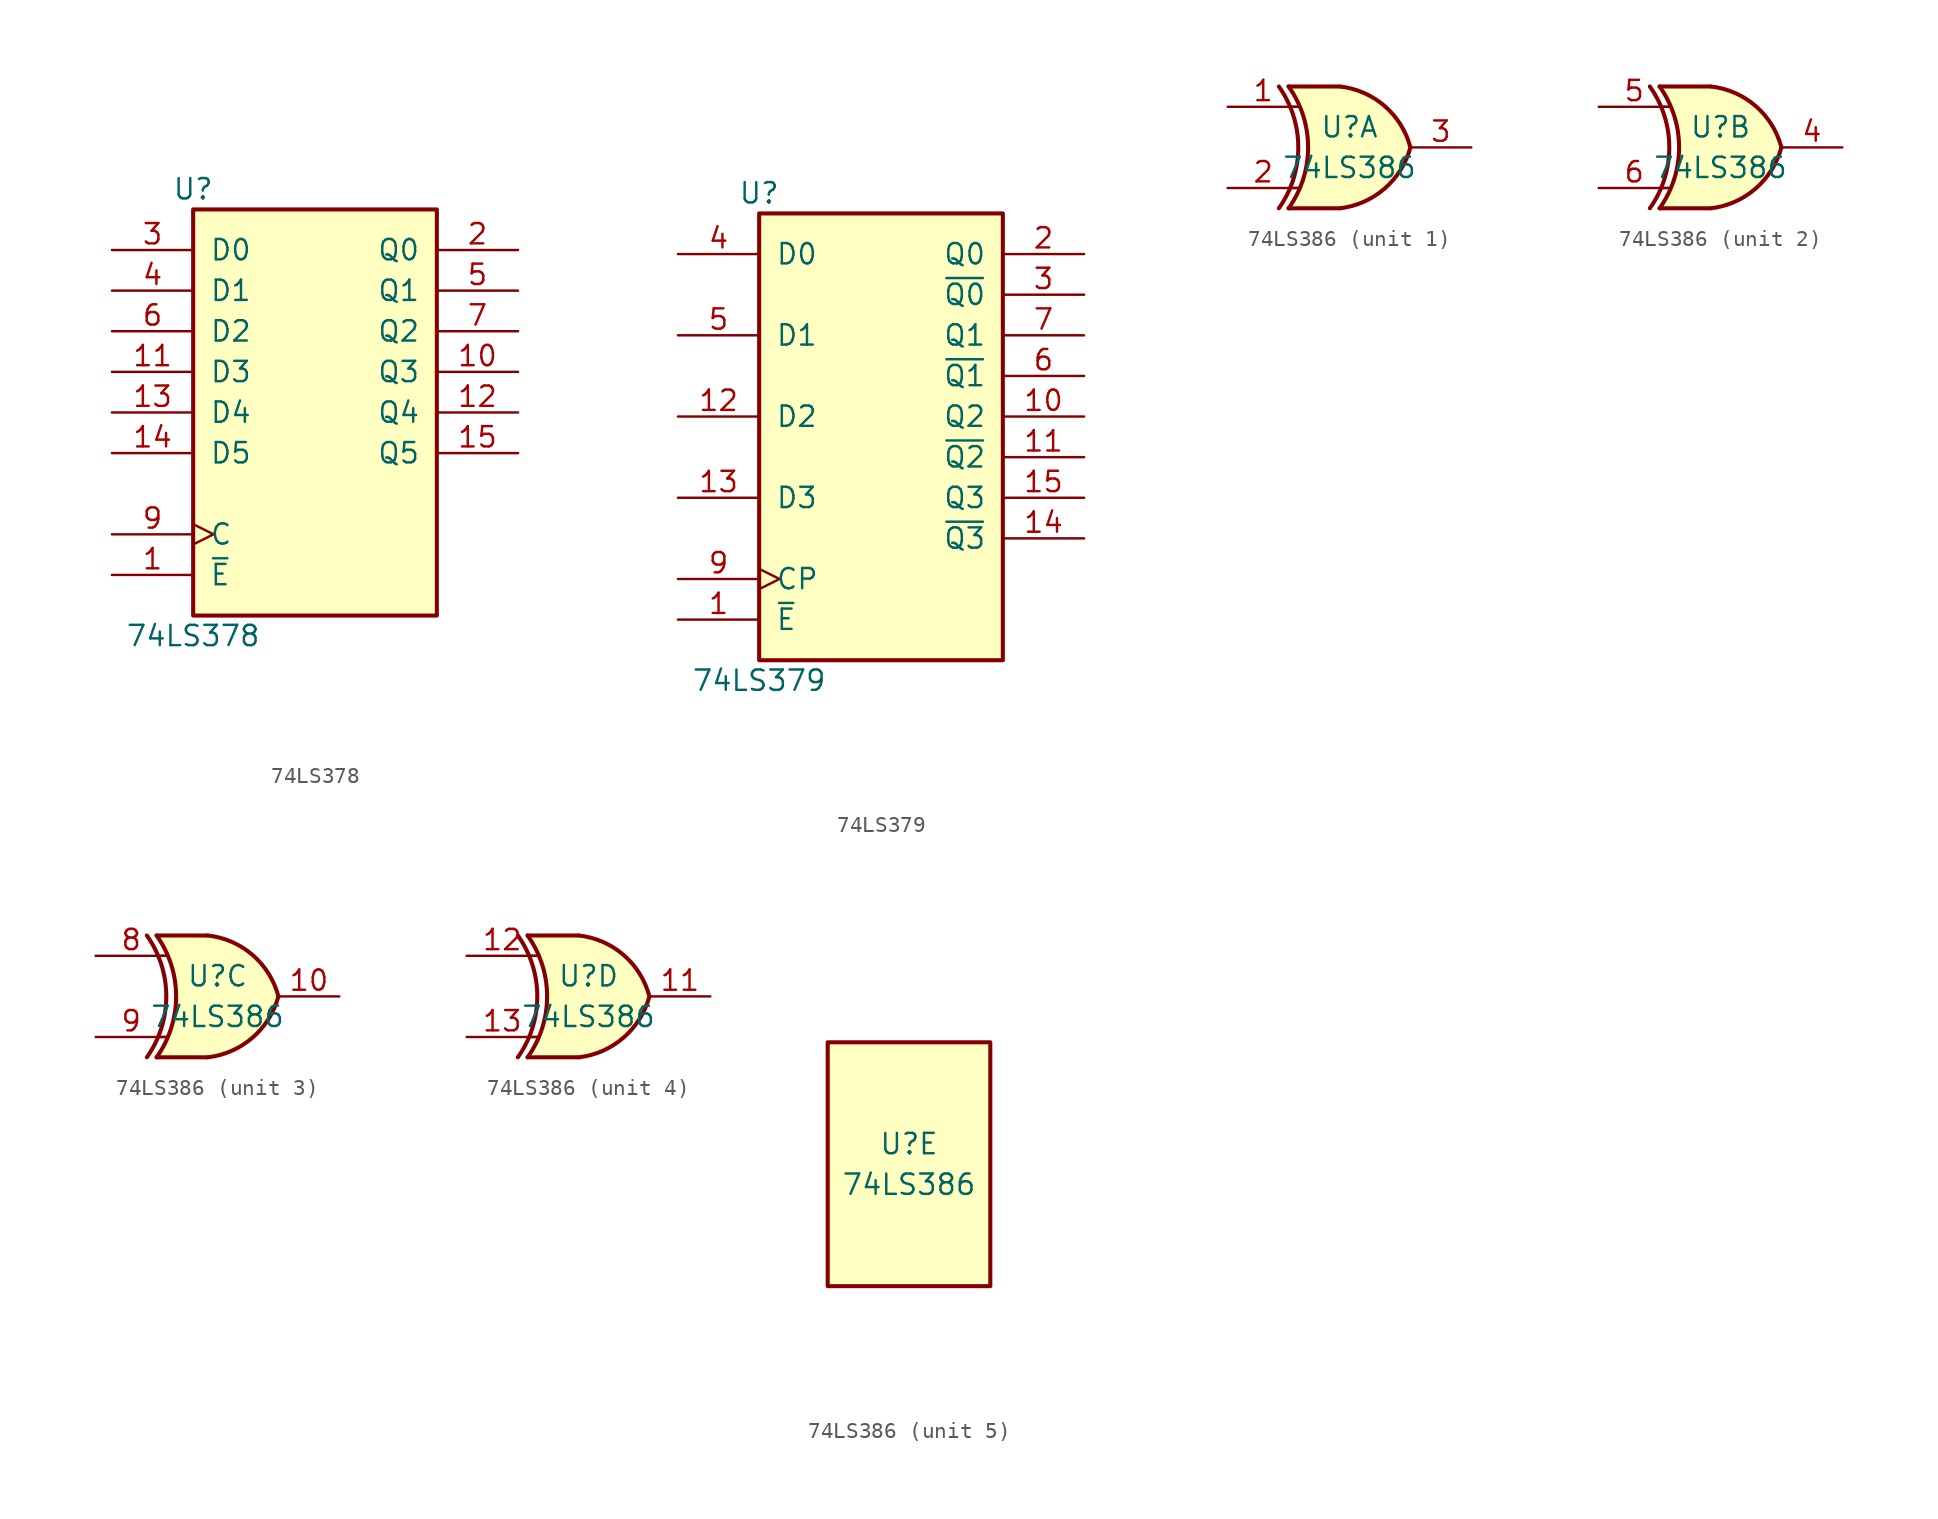
<source format=kicad_sym>
(kicad_symbol_lib
  (version 20231120)
  (generator "kicad_symbol_editor")
  (generator_version "8.0")
  (symbol "74LS378"
    (pin_names
      (offset 1.016))
    (property "Reference" "U"
      (at -7.62 13.97 0)
      (effects (font (size 1.27 1.27))))
    (property "Value" "74LS378"
      (at -7.62 -13.97 0)
      (effects (font (size 1.27 1.27))))
    (property "ki_locked" ""
      (at 0 0 0)
      (effects (font (size 1.27 1.27))))
    (symbol "74LS378_1_0"
      (pin input line (at -12.7 -10.16 0) (length 5.08) (name "~{E}" (effects (font (size 1.27 1.27)))) (number "1" (effects (font (size 1.27 1.27)))))
      (pin output line (at 12.7 2.54 180) (length 5.08) (name "Q3" (effects (font (size 1.27 1.27)))) (number "10" (effects (font (size 1.27 1.27)))))
      (pin input line (at -12.7 2.54 0) (length 5.08) (name "D3" (effects (font (size 1.27 1.27)))) (number "11" (effects (font (size 1.27 1.27)))))
      (pin output line (at 12.7 0 180) (length 5.08) (name "Q4" (effects (font (size 1.27 1.27)))) (number "12" (effects (font (size 1.27 1.27)))))
      (pin input line (at -12.7 0 0) (length 5.08) (name "D4" (effects (font (size 1.27 1.27)))) (number "13" (effects (font (size 1.27 1.27)))))
      (pin input line (at -12.7 -2.54 0) (length 5.08) (name "D5" (effects (font (size 1.27 1.27)))) (number "14" (effects (font (size 1.27 1.27)))))
      (pin output line (at 12.7 -2.54 180) (length 5.08) (name "Q5" (effects (font (size 1.27 1.27)))) (number "15" (effects (font (size 1.27 1.27)))))
      (pin input line (at 0 17.78 270) (length 5.08) hide (name "VCC" (effects (font (size 1.27 1.27)))) (number "16" (effects (font (size 1.27 1.27)))))
      (pin output line (at 12.7 10.16 180) (length 5.08) (name "Q0" (effects (font (size 1.27 1.27)))) (number "2" (effects (font (size 1.27 1.27)))))
      (pin input line (at -12.7 10.16 0) (length 5.08) (name "D0" (effects (font (size 1.27 1.27)))) (number "3" (effects (font (size 1.27 1.27)))))
      (pin input line (at -12.7 7.62 0) (length 5.08) (name "D1" (effects (font (size 1.27 1.27)))) (number "4" (effects (font (size 1.27 1.27)))))
      (pin output line (at 12.7 7.62 180) (length 5.08) (name "Q1" (effects (font (size 1.27 1.27)))) (number "5" (effects (font (size 1.27 1.27)))))
      (pin input line (at -12.7 5.08 0) (length 5.08) (name "D2" (effects (font (size 1.27 1.27)))) (number "6" (effects (font (size 1.27 1.27)))))
      (pin output line (at 12.7 5.08 180) (length 5.08) (name "Q2" (effects (font (size 1.27 1.27)))) (number "7" (effects (font (size 1.27 1.27)))))
      (pin input line (at 0 -17.78 90) (length 5.08) hide (name "GND" (effects (font (size 1.27 1.27)))) (number "8" (effects (font (size 1.27 1.27)))))
      (pin input clock (at -12.7 -7.62 0) (length 5.08) (name "C" (effects (font (size 1.27 1.27)))) (number "9" (effects (font (size 1.27 1.27))))))
    (symbol "74LS378_1_1"
      (rectangle (start -7.62 12.7) (end 7.62 -12.7) (stroke (width 0.254) (type default)) (fill (type background)))))
  (symbol "74LS379"
    (pin_names
      (offset 1.016))
    (property "Reference" "U"
      (at -7.62 13.97 0)
      (effects (font (size 1.27 1.27))))
    (property "Value" "74LS379"
      (at -7.62 -16.51 0)
      (effects (font (size 1.27 1.27))))
    (property "ki_locked" ""
      (at 0 0 0)
      (effects (font (size 1.27 1.27))))
    (symbol "74LS379_1_0"
      (pin input line (at -12.7 -12.7 0) (length 5.08) (name "~{E}" (effects (font (size 1.27 1.27)))) (number "1" (effects (font (size 1.27 1.27)))))
      (pin output line (at 12.7 0 180) (length 5.08) (name "Q2" (effects (font (size 1.27 1.27)))) (number "10" (effects (font (size 1.27 1.27)))))
      (pin output line (at 12.7 -2.54 180) (length 5.08) (name "~{Q2}" (effects (font (size 1.27 1.27)))) (number "11" (effects (font (size 1.27 1.27)))))
      (pin input line (at -12.7 0 0) (length 5.08) (name "D2" (effects (font (size 1.27 1.27)))) (number "12" (effects (font (size 1.27 1.27)))))
      (pin input line (at -12.7 -5.08 0) (length 5.08) (name "D3" (effects (font (size 1.27 1.27)))) (number "13" (effects (font (size 1.27 1.27)))))
      (pin output line (at 12.7 -7.62 180) (length 5.08) (name "~{Q3}" (effects (font (size 1.27 1.27)))) (number "14" (effects (font (size 1.27 1.27)))))
      (pin output line (at 12.7 -5.08 180) (length 5.08) (name "Q3" (effects (font (size 1.27 1.27)))) (number "15" (effects (font (size 1.27 1.27)))))
      (pin input line (at 0 17.78 270) (length 5.08) hide (name "VCC" (effects (font (size 1.27 1.27)))) (number "16" (effects (font (size 1.27 1.27)))))
      (pin output line (at 12.7 10.16 180) (length 5.08) (name "Q0" (effects (font (size 1.27 1.27)))) (number "2" (effects (font (size 1.27 1.27)))))
      (pin output line (at 12.7 7.62 180) (length 5.08) (name "~{Q0}" (effects (font (size 1.27 1.27)))) (number "3" (effects (font (size 1.27 1.27)))))
      (pin input line (at -12.7 10.16 0) (length 5.08) (name "D0" (effects (font (size 1.27 1.27)))) (number "4" (effects (font (size 1.27 1.27)))))
      (pin input line (at -12.7 5.08 0) (length 5.08) (name "D1" (effects (font (size 1.27 1.27)))) (number "5" (effects (font (size 1.27 1.27)))))
      (pin output line (at 12.7 2.54 180) (length 5.08) (name "~{Q1}" (effects (font (size 1.27 1.27)))) (number "6" (effects (font (size 1.27 1.27)))))
      (pin output line (at 12.7 5.08 180) (length 5.08) (name "Q1" (effects (font (size 1.27 1.27)))) (number "7" (effects (font (size 1.27 1.27)))))
      (pin input line (at 0 -20.32 90) (length 5.08) hide (name "GND" (effects (font (size 1.27 1.27)))) (number "8" (effects (font (size 1.27 1.27)))))
      (pin input clock (at -12.7 -10.16 0) (length 5.08) (name "CP" (effects (font (size 1.27 1.27)))) (number "9" (effects (font (size 1.27 1.27))))))
    (symbol "74LS379_1_1"
      (rectangle (start -7.62 12.7) (end 7.62 -15.24) (stroke (width 0.254) (type default)) (fill (type background)))))
  (symbol "74LS386"
    (pin_names
      (offset 1.016))
    (property "Reference" "U"
      (at 0 1.27 0)
      (effects (font (size 1.27 1.27))))
    (property "Value" "74LS386"
      (at 0 -1.27 0)
      (effects (font (size 1.27 1.27))))
    (property "ki_locked" ""
      (at 0 0 0)
      (effects (font (size 1.27 1.27))))
    (symbol "74LS386_1_0"
      (arc (start -4.4196 -3.81) (mid -3.2033 0) (end -4.4196 3.81) (stroke (width 0.254) (type default)) (fill (type none)))
      (arc (start -3.81 -3.81) (mid -2.589 0) (end -3.81 3.81) (stroke (width 0.254) (type default)) (fill (type none)))
      (arc (start -0.6096 -3.81) (mid 2.1842 -2.5851) (end 3.81 0) (stroke (width 0.254) (type default)) (fill (type background)))
      (polyline (pts (xy -3.81 -3.81) (xy -0.635 -3.81)) (stroke (width 0.254) (type default)) (fill (type background)))
      (polyline (pts (xy -3.81 3.81) (xy -0.635 3.81)) (stroke (width 0.254) (type default)) (fill (type background)))
      (polyline (pts (xy -0.635 3.81) (xy -3.81 3.81) (xy -3.81 3.81) (xy -3.556 3.404) (xy -3.023 2.261) (xy -2.692 1.041) (xy -2.616 -0.254) (xy -2.769 -1.499) (xy -3.175 -2.718) (xy -3.81 -3.81) (xy -3.81 -3.81) (xy -0.635 -3.81)) (stroke (width -25.4) (type default)) (fill (type background)))
      (arc (start 3.81 0) (mid 2.1915 2.5936) (end -0.6096 3.81) (stroke (width 0.254) (type default)) (fill (type background)))
      (pin input line (at -7.62 2.54 0) (length 4.445) (name "~" (effects (font (size 1.27 1.27)))) (number "1" (effects (font (size 1.27 1.27)))))
      (pin input line (at -7.62 -2.54 0) (length 4.445) (name "~" (effects (font (size 1.27 1.27)))) (number "2" (effects (font (size 1.27 1.27)))))
      (pin output line (at 7.62 0 180) (length 3.81) (name "~" (effects (font (size 1.27 1.27)))) (number "3" (effects (font (size 1.27 1.27))))))
    (symbol "74LS386_1_1"
      (polyline (pts (xy -3.81 -2.54) (xy -3.175 -2.54)) (stroke (width 0.152) (type default)) (fill (type none)))
      (polyline (pts (xy -3.81 2.54) (xy -3.175 2.54)) (stroke (width 0.152) (type default)) (fill (type none))))
    (symbol "74LS386_2_0"
      (arc (start -4.4196 -3.81) (mid -3.2033 0) (end -4.4196 3.81) (stroke (width 0.254) (type default)) (fill (type none)))
      (arc (start -3.81 -3.81) (mid -2.589 0) (end -3.81 3.81) (stroke (width 0.254) (type default)) (fill (type none)))
      (arc (start -0.6096 -3.81) (mid 2.1842 -2.5851) (end 3.81 0) (stroke (width 0.254) (type default)) (fill (type background)))
      (polyline (pts (xy -3.81 -3.81) (xy -0.635 -3.81)) (stroke (width 0.254) (type default)) (fill (type background)))
      (polyline (pts (xy -3.81 3.81) (xy -0.635 3.81)) (stroke (width 0.254) (type default)) (fill (type background)))
      (polyline (pts (xy -0.635 3.81) (xy -3.81 3.81) (xy -3.81 3.81) (xy -3.556 3.404) (xy -3.023 2.261) (xy -2.692 1.041) (xy -2.616 -0.254) (xy -2.769 -1.499) (xy -3.175 -2.718) (xy -3.81 -3.81) (xy -3.81 -3.81) (xy -0.635 -3.81)) (stroke (width -25.4) (type default)) (fill (type background)))
      (arc (start 3.81 0) (mid 2.1915 2.5936) (end -0.6096 3.81) (stroke (width 0.254) (type default)) (fill (type background)))
      (pin output line (at 7.62 0 180) (length 3.81) (name "~" (effects (font (size 1.27 1.27)))) (number "4" (effects (font (size 1.27 1.27)))))
      (pin input line (at -7.62 2.54 0) (length 4.445) (name "~" (effects (font (size 1.27 1.27)))) (number "5" (effects (font (size 1.27 1.27)))))
      (pin input line (at -7.62 -2.54 0) (length 4.445) (name "~" (effects (font (size 1.27 1.27)))) (number "6" (effects (font (size 1.27 1.27))))))
    (symbol "74LS386_2_1"
      (polyline (pts (xy -3.81 -2.54) (xy -3.175 -2.54)) (stroke (width 0.152) (type default)) (fill (type none)))
      (polyline (pts (xy -3.81 2.54) (xy -3.175 2.54)) (stroke (width 0.152) (type default)) (fill (type none))))
    (symbol "74LS386_3_0"
      (arc (start -4.4196 -3.81) (mid -3.2033 0) (end -4.4196 3.81) (stroke (width 0.254) (type default)) (fill (type none)))
      (arc (start -3.81 -3.81) (mid -2.589 0) (end -3.81 3.81) (stroke (width 0.254) (type default)) (fill (type none)))
      (arc (start -0.6096 -3.81) (mid 2.1842 -2.5851) (end 3.81 0) (stroke (width 0.254) (type default)) (fill (type background)))
      (polyline (pts (xy -3.81 -3.81) (xy -0.635 -3.81)) (stroke (width 0.254) (type default)) (fill (type background)))
      (polyline (pts (xy -3.81 3.81) (xy -0.635 3.81)) (stroke (width 0.254) (type default)) (fill (type background)))
      (polyline (pts (xy -0.635 3.81) (xy -3.81 3.81) (xy -3.81 3.81) (xy -3.556 3.404) (xy -3.023 2.261) (xy -2.692 1.041) (xy -2.616 -0.254) (xy -2.769 -1.499) (xy -3.175 -2.718) (xy -3.81 -3.81) (xy -3.81 -3.81) (xy -0.635 -3.81)) (stroke (width -25.4) (type default)) (fill (type background)))
      (arc (start 3.81 0) (mid 2.1915 2.5936) (end -0.6096 3.81) (stroke (width 0.254) (type default)) (fill (type background)))
      (pin output line (at 7.62 0 180) (length 3.81) (name "~" (effects (font (size 1.27 1.27)))) (number "10" (effects (font (size 1.27 1.27)))))
      (pin input line (at -7.62 2.54 0) (length 4.445) (name "~" (effects (font (size 1.27 1.27)))) (number "8" (effects (font (size 1.27 1.27)))))
      (pin input line (at -7.62 -2.54 0) (length 4.445) (name "~" (effects (font (size 1.27 1.27)))) (number "9" (effects (font (size 1.27 1.27))))))
    (symbol "74LS386_3_1"
      (polyline (pts (xy -3.81 -2.54) (xy -3.175 -2.54)) (stroke (width 0.152) (type default)) (fill (type none)))
      (polyline (pts (xy -3.81 2.54) (xy -3.175 2.54)) (stroke (width 0.152) (type default)) (fill (type none))))
    (symbol "74LS386_4_0"
      (arc (start -4.4196 -3.81) (mid -3.2033 0) (end -4.4196 3.81) (stroke (width 0.254) (type default)) (fill (type none)))
      (arc (start -3.81 -3.81) (mid -2.589 0) (end -3.81 3.81) (stroke (width 0.254) (type default)) (fill (type none)))
      (arc (start -0.6096 -3.81) (mid 2.1842 -2.5851) (end 3.81 0) (stroke (width 0.254) (type default)) (fill (type background)))
      (polyline (pts (xy -3.81 -3.81) (xy -0.635 -3.81)) (stroke (width 0.254) (type default)) (fill (type background)))
      (polyline (pts (xy -3.81 3.81) (xy -0.635 3.81)) (stroke (width 0.254) (type default)) (fill (type background)))
      (polyline (pts (xy -0.635 3.81) (xy -3.81 3.81) (xy -3.81 3.81) (xy -3.556 3.404) (xy -3.023 2.261) (xy -2.692 1.041) (xy -2.616 -0.254) (xy -2.769 -1.499) (xy -3.175 -2.718) (xy -3.81 -3.81) (xy -3.81 -3.81) (xy -0.635 -3.81)) (stroke (width -25.4) (type default)) (fill (type background)))
      (arc (start 3.81 0) (mid 2.1915 2.5936) (end -0.6096 3.81) (stroke (width 0.254) (type default)) (fill (type background)))
      (pin output line (at 7.62 0 180) (length 3.81) (name "~" (effects (font (size 1.27 1.27)))) (number "11" (effects (font (size 1.27 1.27)))))
      (pin input line (at -7.62 2.54 0) (length 4.445) (name "~" (effects (font (size 1.27 1.27)))) (number "12" (effects (font (size 1.27 1.27)))))
      (pin input line (at -7.62 -2.54 0) (length 4.445) (name "~" (effects (font (size 1.27 1.27)))) (number "13" (effects (font (size 1.27 1.27))))))
    (symbol "74LS386_4_1"
      (polyline (pts (xy -3.81 -2.54) (xy -3.175 -2.54)) (stroke (width 0.152) (type default)) (fill (type none)))
      (polyline (pts (xy -3.81 2.54) (xy -3.175 2.54)) (stroke (width 0.152) (type default)) (fill (type none))))
    (symbol "74LS386_5_0"
      (pin input line (at 0 12.7 270) (length 5.08) hide (name "VCC" (effects (font (size 1.27 1.27)))) (number "14" (effects (font (size 1.27 1.27)))))
      (pin input line (at 0 -12.7 90) (length 5.08) hide (name "GND" (effects (font (size 1.27 1.27)))) (number "7" (effects (font (size 1.27 1.27))))))
    (symbol "74LS386_5_1"
      (rectangle (start -5.08 7.62) (end 5.08 -7.62) (stroke (width 0.254) (type default)) (fill (type background))))))
</source>
